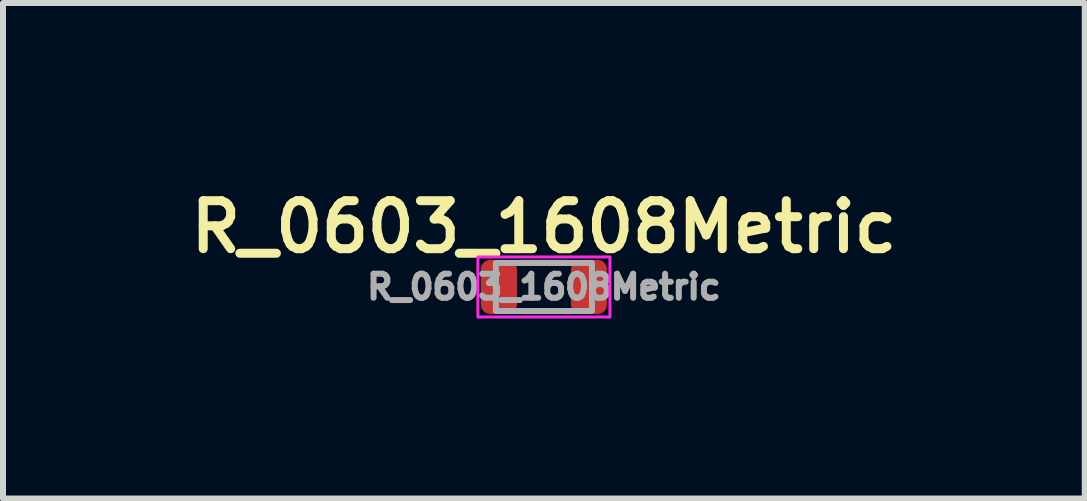
<source format=kicad_pcb>
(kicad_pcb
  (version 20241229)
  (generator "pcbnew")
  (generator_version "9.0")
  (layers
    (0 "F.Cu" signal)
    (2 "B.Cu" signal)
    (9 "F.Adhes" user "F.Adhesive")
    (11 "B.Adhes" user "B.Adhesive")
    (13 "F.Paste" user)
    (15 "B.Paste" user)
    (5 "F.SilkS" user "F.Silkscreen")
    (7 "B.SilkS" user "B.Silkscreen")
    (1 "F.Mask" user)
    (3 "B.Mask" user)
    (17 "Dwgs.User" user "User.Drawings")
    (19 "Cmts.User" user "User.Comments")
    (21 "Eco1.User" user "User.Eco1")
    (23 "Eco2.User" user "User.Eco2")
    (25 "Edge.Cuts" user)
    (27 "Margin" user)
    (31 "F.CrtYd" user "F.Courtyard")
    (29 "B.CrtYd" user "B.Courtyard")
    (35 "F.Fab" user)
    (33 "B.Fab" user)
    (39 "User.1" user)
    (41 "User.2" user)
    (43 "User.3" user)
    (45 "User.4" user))
  (footprint "R_0603_1608Metric"
    (layer "F.Cu")
    (at 6.012 1.731)
    (property "Reference" "R_0603_1608Metric" (at 0 -1 0) (layer "F.SilkS") (effects (font (size 0.8 0.8) (thickness 0.15))))
    (attr smd)
    (fp_line (start -0.4 -0.4) (end 0.4 -0.4) (stroke (width 0.1) (type default)) (layer "F.SilkS"))
    (fp_line (start -0.4 0.4) (end 0.4 0.4) (stroke (width 0.1) (type default)) (layer "F.SilkS"))
    (fp_rect (start -1.1 -0.5) (end 1.1 0.5) (stroke (width 0.05) (type default)) (fill no) (layer "F.CrtYd"))
    (fp_rect (start -0.8 -0.4) (end 0.8 0.4) (stroke (width 0.1) (type default)) (fill no) (layer "F.Fab"))
    (fp_text user "${REFERENCE}" (at 0 0 0) (layer "F.Fab") (effects (font (size 0.4 0.4) (thickness 0.1) (bold yes))))
    (pad "1" smd roundrect (at -0.75 0) (size 0.6 0.9) (layers "F.Cu" "F.Mask" "F.Paste") (roundrect_rratio 0.25))
    (pad "2" smd roundrect (at 0.75 0) (size 0.6 0.9) (layers "F.Cu" "F.Mask" "F.Paste") (roundrect_rratio 0.25)))
  (gr_rect
    (start -3 -3)
    (end 15.023 5.256)
    (stroke (width 0.1) (type default))
    (fill no)
    (layer "Edge.Cuts")))
</source>
